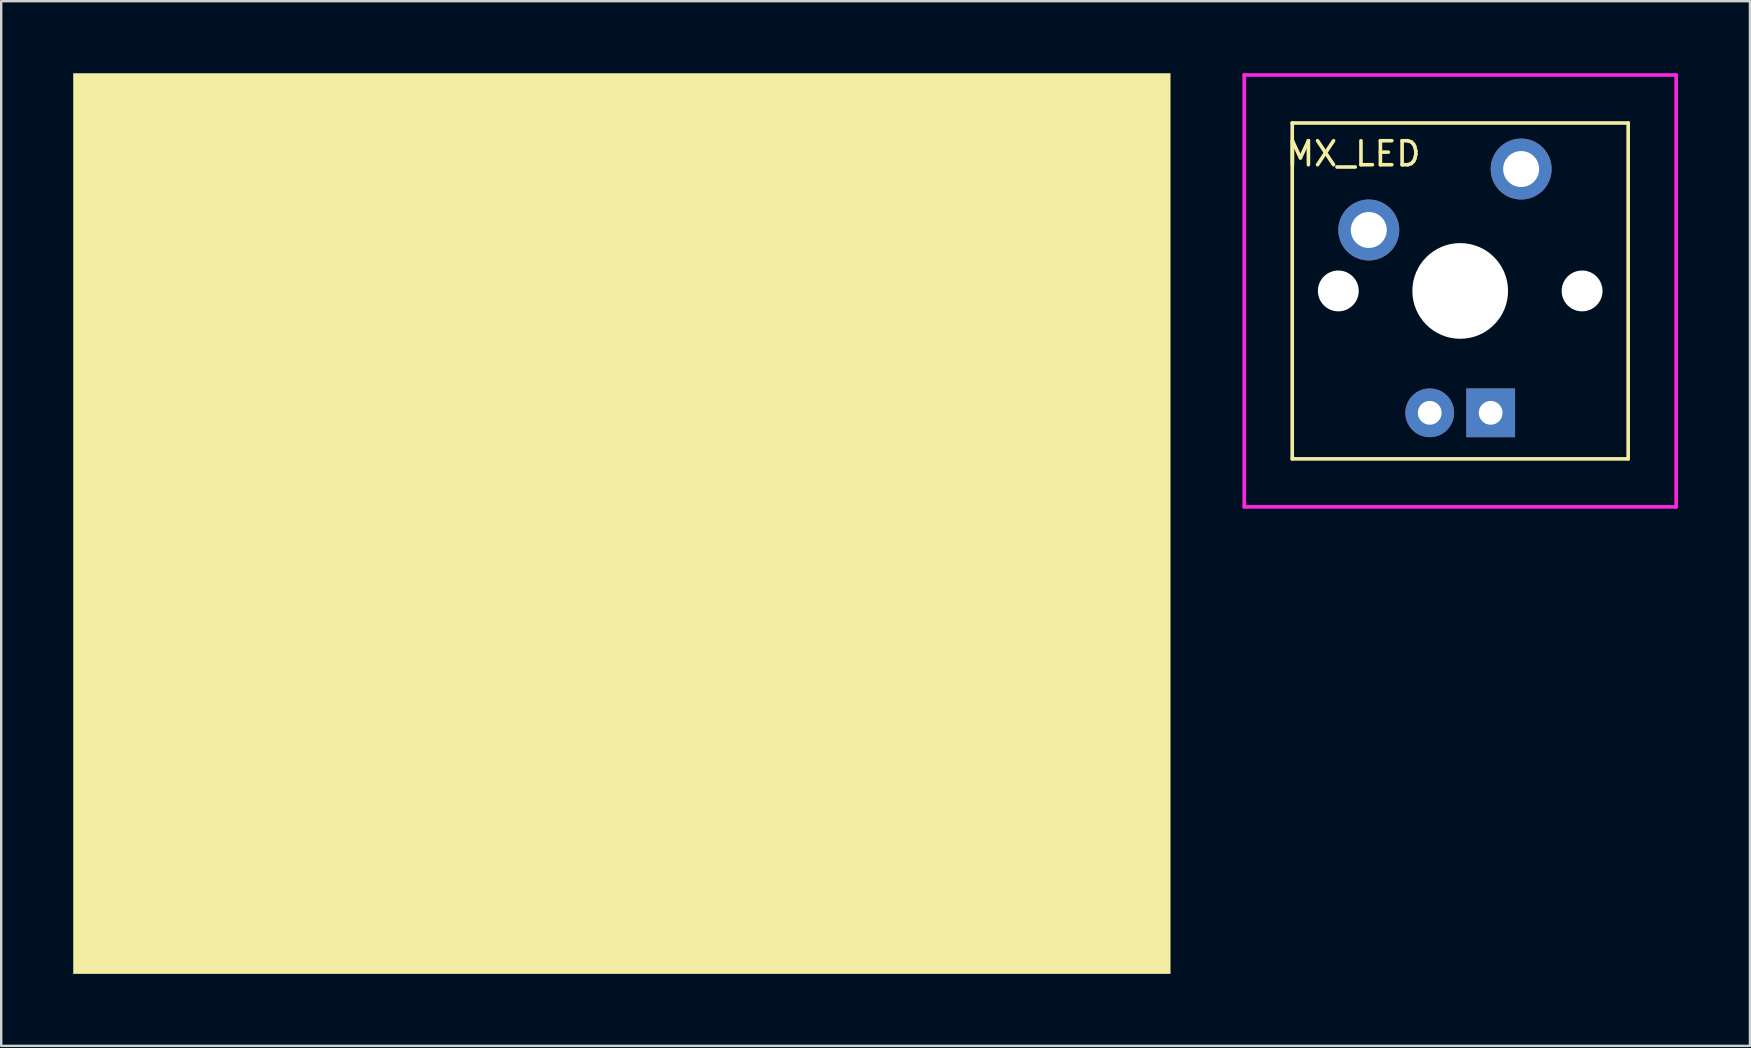
<source format=kicad_pcb>
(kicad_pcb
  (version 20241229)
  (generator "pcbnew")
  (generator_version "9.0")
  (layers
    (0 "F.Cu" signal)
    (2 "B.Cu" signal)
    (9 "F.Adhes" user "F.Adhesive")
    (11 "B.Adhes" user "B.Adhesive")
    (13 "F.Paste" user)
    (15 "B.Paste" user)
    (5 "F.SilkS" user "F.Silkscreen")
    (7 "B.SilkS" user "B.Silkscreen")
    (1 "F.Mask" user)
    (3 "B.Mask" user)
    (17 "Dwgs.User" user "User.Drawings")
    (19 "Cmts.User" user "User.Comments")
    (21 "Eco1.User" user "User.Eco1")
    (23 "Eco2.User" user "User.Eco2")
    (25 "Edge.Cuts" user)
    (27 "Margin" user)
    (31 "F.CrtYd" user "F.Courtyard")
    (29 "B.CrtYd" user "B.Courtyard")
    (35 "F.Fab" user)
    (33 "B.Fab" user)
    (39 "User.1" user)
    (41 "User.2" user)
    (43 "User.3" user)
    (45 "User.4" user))
  (footprint "8key"
    (layer "F.Cu")
    (at 22.865 18.738)
    (property "Reference" "8key" (at 0 0 0) (layer "F.SilkS") (effects (font (size 1.524 1.524) (thickness 0.3))))
    (attr through_hole)
    (fp_poly (pts (xy 22.86 18.796) (xy -22.86 18.796) (xy -22.86 -18.733) (xy 22.86 -18.733) (xy 22.86 18.796)) (stroke (width 0.01) (type solid)) (fill yes) (layer "F.SilkS")))
  (footprint "MX_LED"
    (layer "F.Cu")
    (at 57.805 9.075)
    (property "Reference" "MX_LED" (at -4.445 -5.715 0) (layer "F.SilkS") (effects (font (size 1 1) (thickness 0.15))))
    (attr through_hole)
    (fp_line (start -7 -7) (end -7 7) (stroke (width 0.15) (type solid)) (layer "F.SilkS"))
    (fp_line (start -7 7) (end 7 7) (stroke (width 0.15) (type solid)) (layer "F.SilkS"))
    (fp_line (start 7 -7) (end -7 -7) (stroke (width 0.15) (type solid)) (layer "F.SilkS"))
    (fp_line (start 7 7) (end 7 -7) (stroke (width 0.15) (type solid)) (layer "F.SilkS"))
    (fp_line (start -9 -9) (end 9 -9) (stroke (width 0.15) (type solid)) (layer "F.CrtYd"))
    (fp_line (start -9 9) (end -9 -9) (stroke (width 0.15) (type solid)) (layer "F.CrtYd"))
    (fp_line (start 9 -9) (end 9 9) (stroke (width 0.15) (type solid)) (layer "F.CrtYd"))
    (fp_line (start 9 9) (end -9 9) (stroke (width 0.15) (type solid)) (layer "F.CrtYd"))
    (pad "" np_thru_hole circle (at -5.08 0) (size 1.702 1.702) (drill 1.702) (layers "*.Cu" "*.Mask"))
    (pad "" np_thru_hole circle (at 0 0) (size 3.988 3.988) (drill 3.988) (layers "*.Cu" "*.Mask"))
    (pad "" np_thru_hole circle (at 5.08 0) (size 1.702 1.702) (drill 1.702) (layers "*.Cu" "*.Mask"))
    (pad "A" thru_hole circle (at -1.27 5.08) (size 2.032 2.032) (drill 0.991) (layers "*.Cu" "*.Mask"))
    (pad "K" thru_hole rect (at 1.27 5.08) (size 2.032 2.032) (drill 0.991) (layers "*.Cu" "*.Mask"))
    (pad "S1" thru_hole circle (at -3.81 -2.54) (size 2.54 2.54) (drill 1.499) (layers "*.Cu" "*.Mask"))
    (pad "S2" thru_hole circle (at 2.54 -5.08) (size 2.54 2.54) (drill 1.499) (layers "*.Cu" "*.Mask")))
  (gr_rect
    (start -3 -3)
    (end 69.88 40.538)
    (stroke (width 0.1) (type default))
    (fill no)
    (layer "Edge.Cuts")))
</source>
